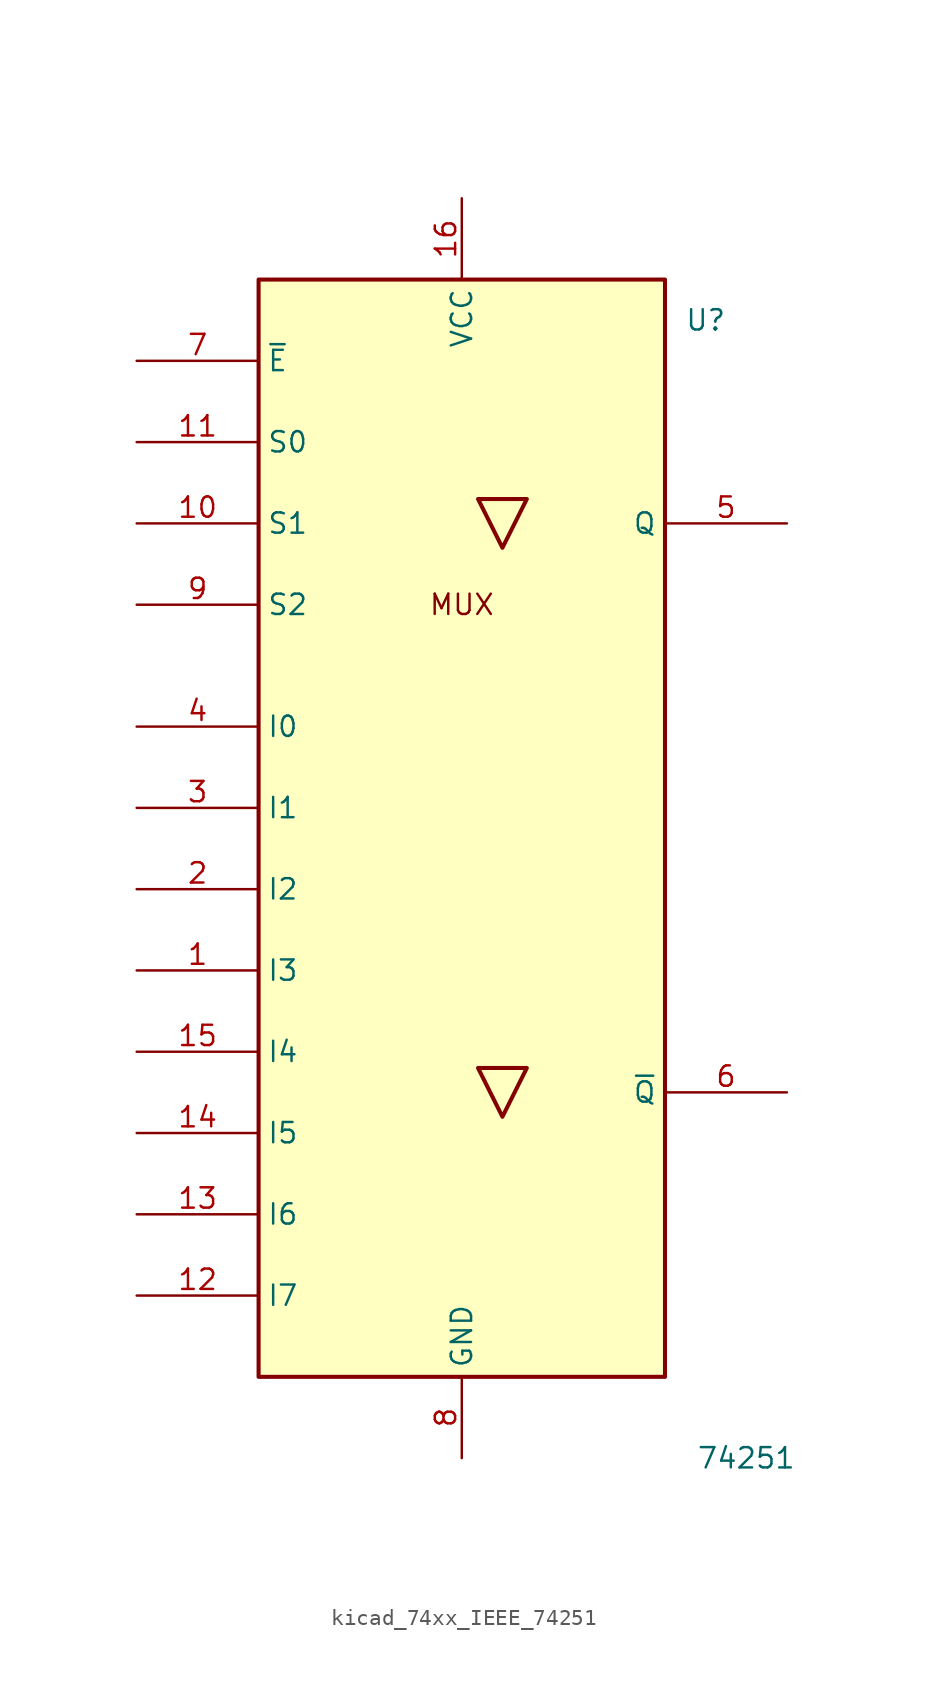
<source format=kicad_sym>
(kicad_symbol_lib
  (version 20220914)
  (generator kicad_symbol_editor)
  (symbol "kicad_74xx_IEEE_74251"
    (property "Reference" "U"
      (at 15.24 30.48 0)
      (effects (font (size 1.27 1.27))))
    (property "Value" "74251"
      (at 17.78 -40.64 0)
      (effects (font (size 1.27 1.27))))
    (symbol "kicad_74xx_IEEE_74251_0_0"
      (rectangle (start -12.7 33.02) (end 12.7 -35.56) (stroke (width 0.254) (type default)) (fill (type background)))
      (polyline (pts (xy 4.064 -16.256) (xy 1.016 -16.256) (xy 2.54 -19.304) (xy 4.064 -16.256) (xy 4.064 -16.256)) (stroke (width 0.254) (type default)) (fill (type background)))
      (polyline (pts (xy 4.064 19.304) (xy 1.016 19.304) (xy 2.54 16.256) (xy 4.064 19.304) (xy 4.064 19.304)) (stroke (width 0.254) (type default)) (fill (type background)))
      (text "MUX" (at 0 12.7 0) (effects (font (size 1.27 1.27))))
      (pin power_in line (at 0 38.1 270) (length 5.08) (name "VCC" (effects (font (size 1.27 1.27)))) (number "16" (effects (font (size 1.27 1.27)))))
      (pin power_in line (at 0 -40.64 90) (length 5.08) (name "GND" (effects (font (size 1.27 1.27)))) (number "8" (effects (font (size 1.27 1.27))))))
    (symbol "kicad_74xx_IEEE_74251_1_1"
      (pin input line (at -20.32 -10.16 0) (length 7.62) (name "I3" (effects (font (size 1.27 1.27)))) (number "1" (effects (font (size 1.27 1.27)))))
      (pin input line (at -20.32 17.78 0) (length 7.62) (name "S1" (effects (font (size 1.27 1.27)))) (number "10" (effects (font (size 1.27 1.27)))))
      (pin input line (at -20.32 22.86 0) (length 7.62) (name "S0" (effects (font (size 1.27 1.27)))) (number "11" (effects (font (size 1.27 1.27)))))
      (pin input line (at -20.32 -30.48 0) (length 7.62) (name "I7" (effects (font (size 1.27 1.27)))) (number "12" (effects (font (size 1.27 1.27)))))
      (pin input line (at -20.32 -25.4 0) (length 7.62) (name "I6" (effects (font (size 1.27 1.27)))) (number "13" (effects (font (size 1.27 1.27)))))
      (pin input line (at -20.32 -20.32 0) (length 7.62) (name "I5" (effects (font (size 1.27 1.27)))) (number "14" (effects (font (size 1.27 1.27)))))
      (pin input line (at -20.32 -15.24 0) (length 7.62) (name "I4" (effects (font (size 1.27 1.27)))) (number "15" (effects (font (size 1.27 1.27)))))
      (pin input line (at -20.32 -5.08 0) (length 7.62) (name "I2" (effects (font (size 1.27 1.27)))) (number "2" (effects (font (size 1.27 1.27)))))
      (pin input line (at -20.32 0 0) (length 7.62) (name "I1" (effects (font (size 1.27 1.27)))) (number "3" (effects (font (size 1.27 1.27)))))
      (pin input line (at -20.32 5.08 0) (length 7.62) (name "I0" (effects (font (size 1.27 1.27)))) (number "4" (effects (font (size 1.27 1.27)))))
      (pin tri_state line (at 20.32 17.78 180) (length 7.62) (name "Q" (effects (font (size 1.27 1.27)))) (number "5" (effects (font (size 1.27 1.27)))))
      (pin tri_state line (at 20.32 -17.78 180) (length 7.62) (name "~{Q}" (effects (font (size 1.27 1.27)))) (number "6" (effects (font (size 1.27 1.27)))))
      (pin input line (at -20.32 27.94 0) (length 7.62) (name "~{E}" (effects (font (size 1.27 1.27)))) (number "7" (effects (font (size 1.27 1.27)))))
      (pin input line (at -20.32 12.7 0) (length 7.62) (name "S2" (effects (font (size 1.27 1.27)))) (number "9" (effects (font (size 1.27 1.27))))))))
</source>
